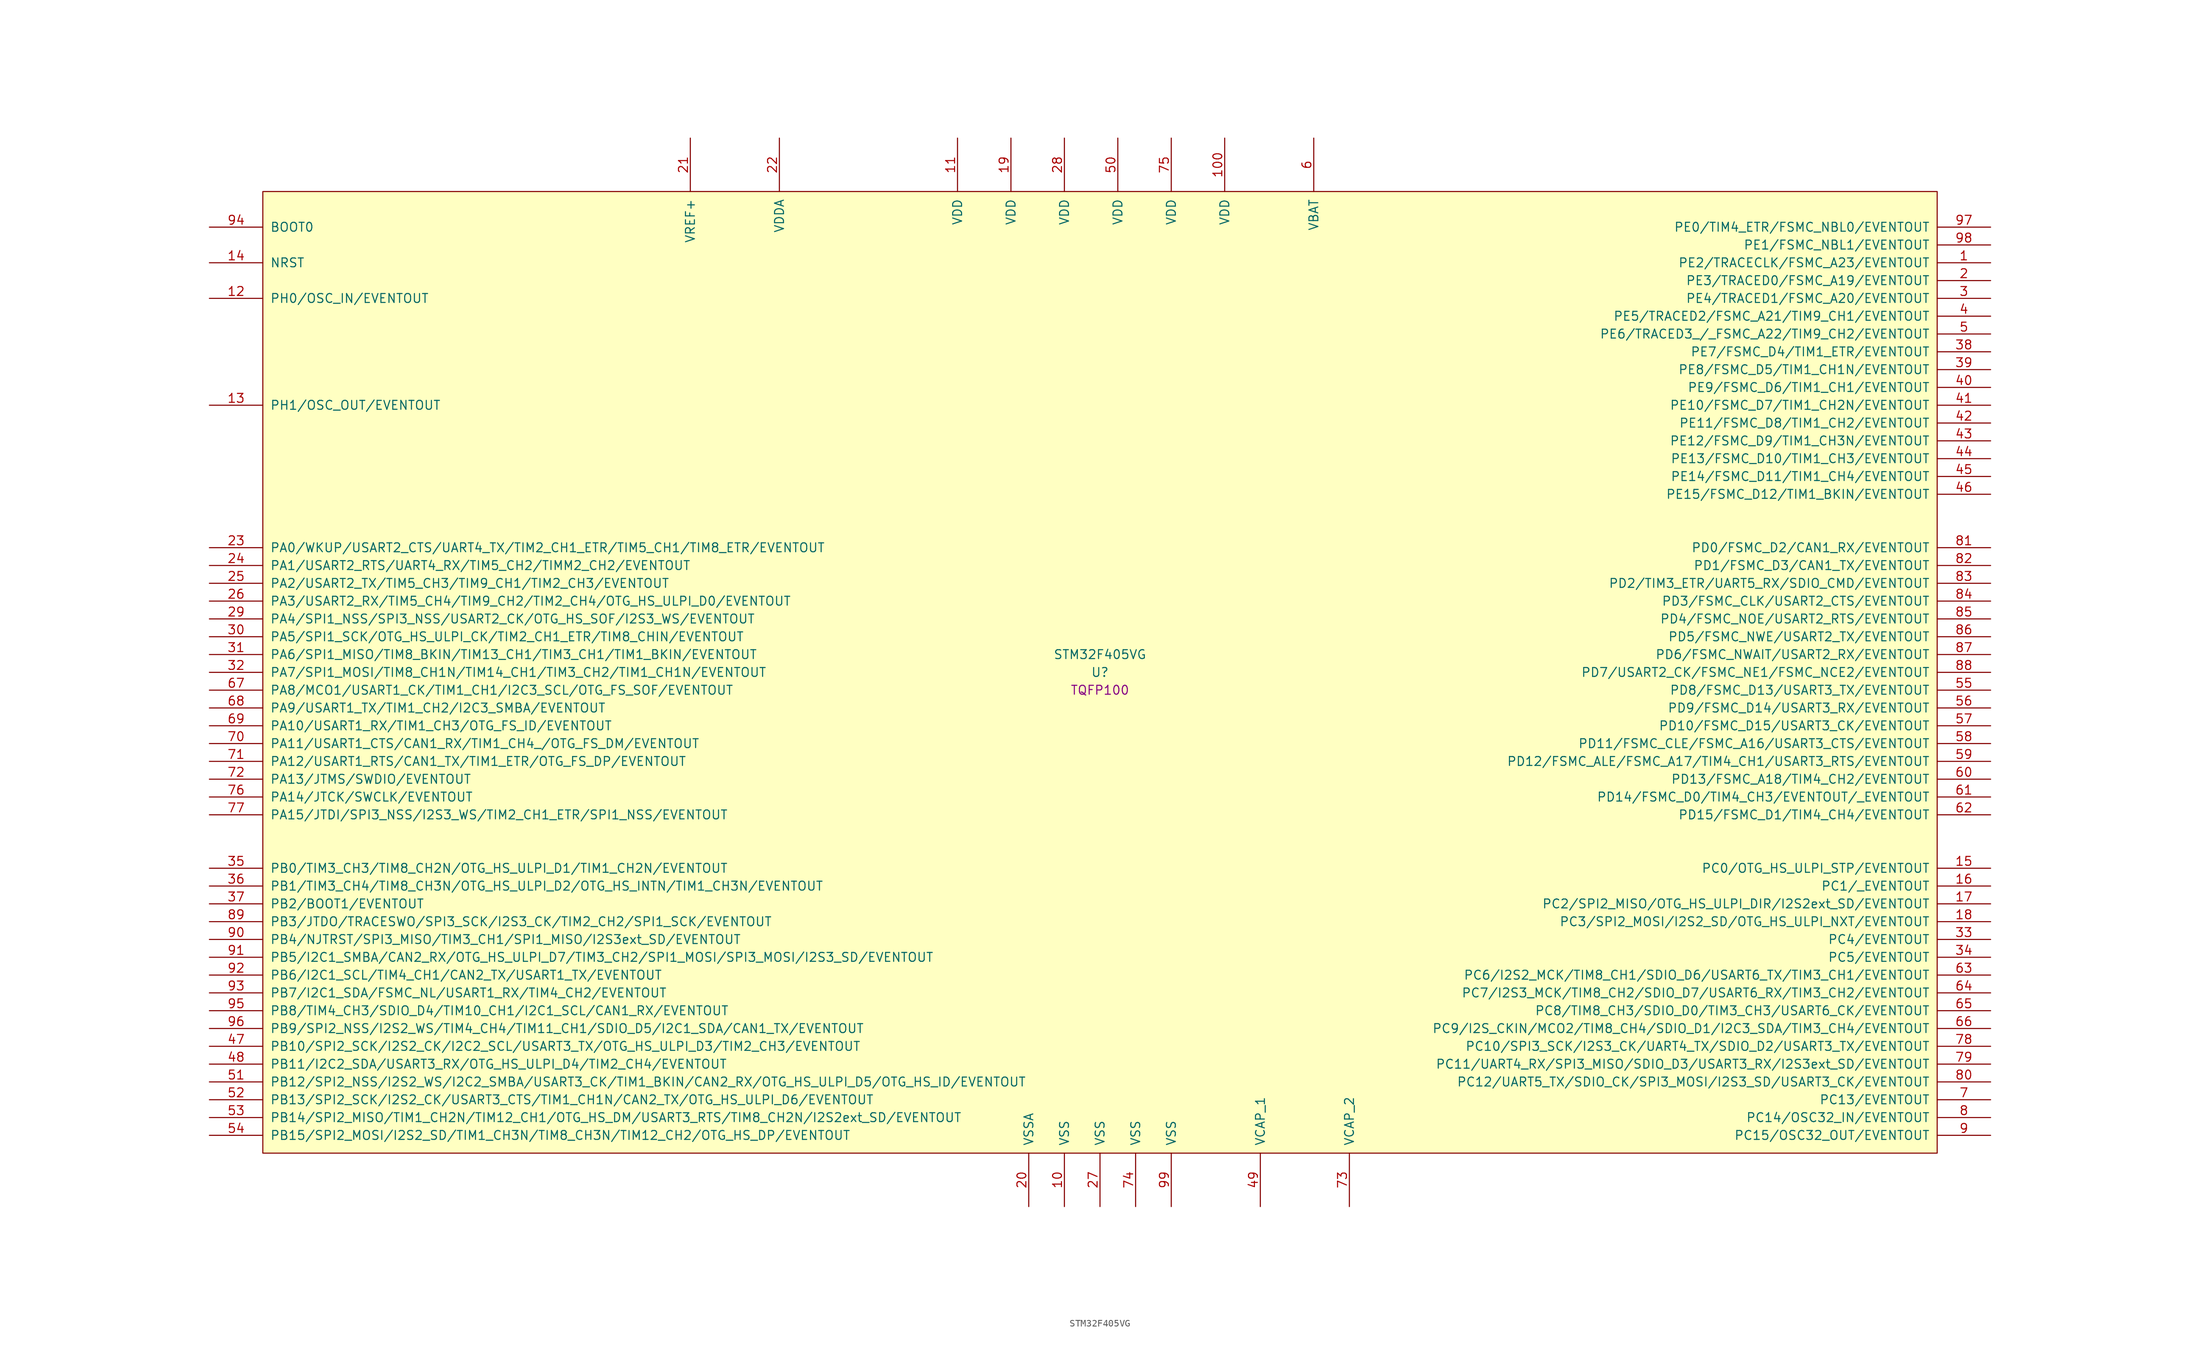
<source format=kicad_sym>
(kicad_symbol_lib
  (version 20220914)
  (generator kicad_symbol_editor)
  (symbol "STM32F405VG"
    (pin_names
      (offset 1.016))
    (property "Reference" "U"
      (at 0 0 0)
      (effects (font (size 1.27 1.27))))
    (property "Value" "STM32F405VG"
      (at 0 2.54 0)
      (effects (font (size 1.27 1.27))))
    (property "Footprint" "TQFP100"
      (at 0 -2.54 0)
      (effects (font (size 1.27 1.27))))
    (property "Datasheet" ""
      (at 0 0 0)
      (effects (font (size 1.27 1.27))))
    (symbol "STM32F405VG_0_1"
      (rectangle (start -119.38 -68.58) (end 119.38 68.58) (stroke (width 0) (type default)) (fill (type background))))
    (symbol "STM32F405VG_1_1"
      (pin input line (at 127 58.42 180) (length 7.62) (name "PE2/TRACECLK/FSMC_A23/EVENTOUT" (effects (font (size 1.27 1.27)))) (number "1" (effects (font (size 1.27 1.27)))))
      (pin input line (at -5.08 -76.2 90) (length 7.62) (name "VSS" (effects (font (size 1.27 1.27)))) (number "10" (effects (font (size 1.27 1.27)))))
      (pin input line (at 17.78 76.2 270) (length 7.62) (name "VDD" (effects (font (size 1.27 1.27)))) (number "100" (effects (font (size 1.27 1.27)))))
      (pin input line (at -20.32 76.2 270) (length 7.62) (name "VDD" (effects (font (size 1.27 1.27)))) (number "11" (effects (font (size 1.27 1.27)))))
      (pin input line (at -127 53.34 0) (length 7.62) (name "PH0/OSC_IN/EVENTOUT" (effects (font (size 1.27 1.27)))) (number "12" (effects (font (size 1.27 1.27)))))
      (pin input line (at -127 38.1 0) (length 7.62) (name "PH1/OSC_OUT/EVENTOUT" (effects (font (size 1.27 1.27)))) (number "13" (effects (font (size 1.27 1.27)))))
      (pin input line (at -127 58.42 0) (length 7.62) (name "NRST" (effects (font (size 1.27 1.27)))) (number "14" (effects (font (size 1.27 1.27)))))
      (pin input line (at 127 -27.94 180) (length 7.62) (name "PC0/OTG_HS_ULPI_STP/EVENTOUT" (effects (font (size 1.27 1.27)))) (number "15" (effects (font (size 1.27 1.27)))))
      (pin input line (at 127 -30.48 180) (length 7.62) (name "PC1/_EVENTOUT" (effects (font (size 1.27 1.27)))) (number "16" (effects (font (size 1.27 1.27)))))
      (pin input line (at 127 -33.02 180) (length 7.62) (name "PC2/SPI2_MISO/OTG_HS_ULPI_DIR/I2S2ext_SD/EVENTOUT" (effects (font (size 1.27 1.27)))) (number "17" (effects (font (size 1.27 1.27)))))
      (pin input line (at 127 -35.56 180) (length 7.62) (name "PC3/SPI2_MOSI/I2S2_SD/OTG_HS_ULPI_NXT/EVENTOUT" (effects (font (size 1.27 1.27)))) (number "18" (effects (font (size 1.27 1.27)))))
      (pin input line (at -12.7 76.2 270) (length 7.62) (name "VDD" (effects (font (size 1.27 1.27)))) (number "19" (effects (font (size 1.27 1.27)))))
      (pin input line (at 127 55.88 180) (length 7.62) (name "PE3/TRACED0/FSMC_A19/EVENTOUT" (effects (font (size 1.27 1.27)))) (number "2" (effects (font (size 1.27 1.27)))))
      (pin input line (at -10.16 -76.2 90) (length 7.62) (name "VSSA" (effects (font (size 1.27 1.27)))) (number "20" (effects (font (size 1.27 1.27)))))
      (pin input line (at -58.42 76.2 270) (length 7.62) (name "VREF+" (effects (font (size 1.27 1.27)))) (number "21" (effects (font (size 1.27 1.27)))))
      (pin input line (at -45.72 76.2 270) (length 7.62) (name "VDDA" (effects (font (size 1.27 1.27)))) (number "22" (effects (font (size 1.27 1.27)))))
      (pin input line (at -127 17.78 0) (length 7.62) (name "PA0/WKUP/USART2_CTS/UART4_TX/TIM2_CH1_ETR/TIM5_CH1/TIM8_ETR/EVENTOUT" (effects (font (size 1.27 1.27)))) (number "23" (effects (font (size 1.27 1.27)))))
      (pin input line (at -127 15.24 0) (length 7.62) (name "PA1/USART2_RTS/UART4_RX/TIM5_CH2/TIMM2_CH2/EVENTOUT" (effects (font (size 1.27 1.27)))) (number "24" (effects (font (size 1.27 1.27)))))
      (pin input line (at -127 12.7 0) (length 7.62) (name "PA2/USART2_TX/TIM5_CH3/TIM9_CH1/TIM2_CH3/EVENTOUT" (effects (font (size 1.27 1.27)))) (number "25" (effects (font (size 1.27 1.27)))))
      (pin input line (at -127 10.16 0) (length 7.62) (name "PA3/USART2_RX/TIM5_CH4/TIM9_CH2/TIM2_CH4/OTG_HS_ULPI_D0/EVENTOUT" (effects (font (size 1.27 1.27)))) (number "26" (effects (font (size 1.27 1.27)))))
      (pin input line (at 0 -76.2 90) (length 7.62) (name "VSS" (effects (font (size 1.27 1.27)))) (number "27" (effects (font (size 1.27 1.27)))))
      (pin input line (at -5.08 76.2 270) (length 7.62) (name "VDD" (effects (font (size 1.27 1.27)))) (number "28" (effects (font (size 1.27 1.27)))))
      (pin input line (at -127 7.62 0) (length 7.62) (name "PA4/SPI1_NSS/SPI3_NSS/USART2_CK/OTG_HS_SOF/I2S3_WS/EVENTOUT" (effects (font (size 1.27 1.27)))) (number "29" (effects (font (size 1.27 1.27)))))
      (pin input line (at 127 53.34 180) (length 7.62) (name "PE4/TRACED1/FSMC_A20/EVENTOUT" (effects (font (size 1.27 1.27)))) (number "3" (effects (font (size 1.27 1.27)))))
      (pin input line (at -127 5.08 0) (length 7.62) (name "PA5/SPI1_SCK/OTG_HS_ULPI_CK/TIM2_CH1_ETR/TIM8_CHIN/EVENTOUT" (effects (font (size 1.27 1.27)))) (number "30" (effects (font (size 1.27 1.27)))))
      (pin input line (at -127 2.54 0) (length 7.62) (name "PA6/SPI1_MISO/TIM8_BKIN/TIM13_CH1/TIM3_CH1/TIM1_BKIN/EVENTOUT" (effects (font (size 1.27 1.27)))) (number "31" (effects (font (size 1.27 1.27)))))
      (pin input line (at -127 0 0) (length 7.62) (name "PA7/SPI1_MOSI/TIM8_CH1N/TIM14_CH1/TIM3_CH2/TIM1_CH1N/EVENTOUT" (effects (font (size 1.27 1.27)))) (number "32" (effects (font (size 1.27 1.27)))))
      (pin input line (at 127 -38.1 180) (length 7.62) (name "PC4/EVENTOUT" (effects (font (size 1.27 1.27)))) (number "33" (effects (font (size 1.27 1.27)))))
      (pin input line (at 127 -40.64 180) (length 7.62) (name "PC5/EVENTOUT" (effects (font (size 1.27 1.27)))) (number "34" (effects (font (size 1.27 1.27)))))
      (pin input line (at -127 -27.94 0) (length 7.62) (name "PB0/TIM3_CH3/TIM8_CH2N/OTG_HS_ULPI_D1/TIM1_CH2N/EVENTOUT" (effects (font (size 1.27 1.27)))) (number "35" (effects (font (size 1.27 1.27)))))
      (pin input line (at -127 -30.48 0) (length 7.62) (name "PB1/TIM3_CH4/TIM8_CH3N/OTG_HS_ULPI_D2/OTG_HS_INTN/TIM1_CH3N/EVENTOUT" (effects (font (size 1.27 1.27)))) (number "36" (effects (font (size 1.27 1.27)))))
      (pin input line (at -127 -33.02 0) (length 7.62) (name "PB2/BOOT1/EVENTOUT" (effects (font (size 1.27 1.27)))) (number "37" (effects (font (size 1.27 1.27)))))
      (pin input line (at 127 45.72 180) (length 7.62) (name "PE7/FSMC_D4/TIM1_ETR/EVENTOUT" (effects (font (size 1.27 1.27)))) (number "38" (effects (font (size 1.27 1.27)))))
      (pin input line (at 127 43.18 180) (length 7.62) (name "PE8/FSMC_D5/TIM1_CH1N/EVENTOUT" (effects (font (size 1.27 1.27)))) (number "39" (effects (font (size 1.27 1.27)))))
      (pin input line (at 127 50.8 180) (length 7.62) (name "PE5/TRACED2/FSMC_A21/TIM9_CH1/EVENTOUT" (effects (font (size 1.27 1.27)))) (number "4" (effects (font (size 1.27 1.27)))))
      (pin input line (at 127 40.64 180) (length 7.62) (name "PE9/FSMC_D6/TIM1_CH1/EVENTOUT" (effects (font (size 1.27 1.27)))) (number "40" (effects (font (size 1.27 1.27)))))
      (pin input line (at 127 38.1 180) (length 7.62) (name "PE10/FSMC_D7/TIM1_CH2N/EVENTOUT" (effects (font (size 1.27 1.27)))) (number "41" (effects (font (size 1.27 1.27)))))
      (pin input line (at 127 35.56 180) (length 7.62) (name "PE11/FSMC_D8/TIM1_CH2/EVENTOUT" (effects (font (size 1.27 1.27)))) (number "42" (effects (font (size 1.27 1.27)))))
      (pin input line (at 127 33.02 180) (length 7.62) (name "PE12/FSMC_D9/TIM1_CH3N/EVENTOUT" (effects (font (size 1.27 1.27)))) (number "43" (effects (font (size 1.27 1.27)))))
      (pin input line (at 127 30.48 180) (length 7.62) (name "PE13/FSMC_D10/TIM1_CH3/EVENTOUT" (effects (font (size 1.27 1.27)))) (number "44" (effects (font (size 1.27 1.27)))))
      (pin input line (at 127 27.94 180) (length 7.62) (name "PE14/FSMC_D11/TIM1_CH4/EVENTOUT" (effects (font (size 1.27 1.27)))) (number "45" (effects (font (size 1.27 1.27)))))
      (pin input line (at 127 25.4 180) (length 7.62) (name "PE15/FSMC_D12/TIM1_BKIN/EVENTOUT" (effects (font (size 1.27 1.27)))) (number "46" (effects (font (size 1.27 1.27)))))
      (pin input line (at -127 -53.34 0) (length 7.62) (name "PB10/SPI2_SCK/I2S2_CK/I2C2_SCL/USART3_TX/OTG_HS_ULPI_D3/TIM2_CH3/EVENTOUT" (effects (font (size 1.27 1.27)))) (number "47" (effects (font (size 1.27 1.27)))))
      (pin input line (at -127 -55.88 0) (length 7.62) (name "PB11/I2C2_SDA/USART3_RX/OTG_HS_ULPI_D4/TIM2_CH4/EVENTOUT" (effects (font (size 1.27 1.27)))) (number "48" (effects (font (size 1.27 1.27)))))
      (pin input line (at 22.86 -76.2 90) (length 7.62) (name "VCAP_1" (effects (font (size 1.27 1.27)))) (number "49" (effects (font (size 1.27 1.27)))))
      (pin input line (at 127 48.26 180) (length 7.62) (name "PE6/TRACED3_/_FSMC_A22/TIM9_CH2/EVENTOUT" (effects (font (size 1.27 1.27)))) (number "5" (effects (font (size 1.27 1.27)))))
      (pin input line (at 2.54 76.2 270) (length 7.62) (name "VDD" (effects (font (size 1.27 1.27)))) (number "50" (effects (font (size 1.27 1.27)))))
      (pin input line (at -127 -58.42 0) (length 7.62) (name "PB12/SPI2_NSS/I2S2_WS/I2C2_SMBA/USART3_CK/TIM1_BKIN/CAN2_RX/OTG_HS_ULPI_D5/OTG_HS_ID/EVENTOUT" (effects (font (size 1.27 1.27)))) (number "51" (effects (font (size 1.27 1.27)))))
      (pin input line (at -127 -60.96 0) (length 7.62) (name "PB13/SPI2_SCK/I2S2_CK/USART3_CTS/TIM1_CH1N/CAN2_TX/OTG_HS_ULPI_D6/EVENTOUT" (effects (font (size 1.27 1.27)))) (number "52" (effects (font (size 1.27 1.27)))))
      (pin input line (at -127 -63.5 0) (length 7.62) (name "PB14/SPI2_MISO/TIM1_CH2N/TIM12_CH1/OTG_HS_DM/USART3_RTS/TIM8_CH2N/I2S2ext_SD/EVENTOUT" (effects (font (size 1.27 1.27)))) (number "53" (effects (font (size 1.27 1.27)))))
      (pin input line (at -127 -66.04 0) (length 7.62) (name "PB15/SPI2_MOSI/I2S2_SD/TIM1_CH3N/TIM8_CH3N/TIM12_CH2/OTG_HS_DP/EVENTOUT" (effects (font (size 1.27 1.27)))) (number "54" (effects (font (size 1.27 1.27)))))
      (pin input line (at 127 -2.54 180) (length 7.62) (name "PD8/FSMC_D13/USART3_TX/EVENTOUT" (effects (font (size 1.27 1.27)))) (number "55" (effects (font (size 1.27 1.27)))))
      (pin input line (at 127 -5.08 180) (length 7.62) (name "PD9/FSMC_D14/USART3_RX/EVENTOUT" (effects (font (size 1.27 1.27)))) (number "56" (effects (font (size 1.27 1.27)))))
      (pin input line (at 127 -7.62 180) (length 7.62) (name "PD10/FSMC_D15/USART3_CK/EVENTOUT" (effects (font (size 1.27 1.27)))) (number "57" (effects (font (size 1.27 1.27)))))
      (pin input line (at 127 -10.16 180) (length 7.62) (name "PD11/FSMC_CLE/FSMC_A16/USART3_CTS/EVENTOUT" (effects (font (size 1.27 1.27)))) (number "58" (effects (font (size 1.27 1.27)))))
      (pin input line (at 127 -12.7 180) (length 7.62) (name "PD12/FSMC_ALE/FSMC_A17/TIM4_CH1/USART3_RTS/EVENTOUT" (effects (font (size 1.27 1.27)))) (number "59" (effects (font (size 1.27 1.27)))))
      (pin input line (at 30.48 76.2 270) (length 7.62) (name "VBAT" (effects (font (size 1.27 1.27)))) (number "6" (effects (font (size 1.27 1.27)))))
      (pin input line (at 127 -15.24 180) (length 7.62) (name "PD13/FSMC_A18/TIM4_CH2/EVENTOUT" (effects (font (size 1.27 1.27)))) (number "60" (effects (font (size 1.27 1.27)))))
      (pin input line (at 127 -17.78 180) (length 7.62) (name "PD14/FSMC_D0/TIM4_CH3/EVENTOUT/_EVENTOUT" (effects (font (size 1.27 1.27)))) (number "61" (effects (font (size 1.27 1.27)))))
      (pin input line (at 127 -20.32 180) (length 7.62) (name "PD15/FSMC_D1/TIM4_CH4/EVENTOUT" (effects (font (size 1.27 1.27)))) (number "62" (effects (font (size 1.27 1.27)))))
      (pin input line (at 127 -43.18 180) (length 7.62) (name "PC6/I2S2_MCK/TIM8_CH1/SDIO_D6/USART6_TX/TIM3_CH1/EVENTOUT" (effects (font (size 1.27 1.27)))) (number "63" (effects (font (size 1.27 1.27)))))
      (pin input line (at 127 -45.72 180) (length 7.62) (name "PC7/I2S3_MCK/TIM8_CH2/SDIO_D7/USART6_RX/TIM3_CH2/EVENTOUT" (effects (font (size 1.27 1.27)))) (number "64" (effects (font (size 1.27 1.27)))))
      (pin input line (at 127 -48.26 180) (length 7.62) (name "PC8/TIM8_CH3/SDIO_D0/TIM3_CH3/USART6_CK/EVENTOUT" (effects (font (size 1.27 1.27)))) (number "65" (effects (font (size 1.27 1.27)))))
      (pin input line (at 127 -50.8 180) (length 7.62) (name "PC9/I2S_CKIN/MCO2/TIM8_CH4/SDIO_D1/I2C3_SDA/TIM3_CH4/EVENTOUT" (effects (font (size 1.27 1.27)))) (number "66" (effects (font (size 1.27 1.27)))))
      (pin input line (at -127 -2.54 0) (length 7.62) (name "PA8/MCO1/USART1_CK/TIM1_CH1/I2C3_SCL/OTG_FS_SOF/EVENTOUT" (effects (font (size 1.27 1.27)))) (number "67" (effects (font (size 1.27 1.27)))))
      (pin input line (at -127 -5.08 0) (length 7.62) (name "PA9/USART1_TX/TIM1_CH2/I2C3_SMBA/EVENTOUT" (effects (font (size 1.27 1.27)))) (number "68" (effects (font (size 1.27 1.27)))))
      (pin input line (at -127 -7.62 0) (length 7.62) (name "PA10/USART1_RX/TIM1_CH3/OTG_FS_ID/EVENTOUT" (effects (font (size 1.27 1.27)))) (number "69" (effects (font (size 1.27 1.27)))))
      (pin input line (at 127 -60.96 180) (length 7.62) (name "PC13/EVENTOUT" (effects (font (size 1.27 1.27)))) (number "7" (effects (font (size 1.27 1.27)))))
      (pin input line (at -127 -10.16 0) (length 7.62) (name "PA11/USART1_CTS/CAN1_RX/TIM1_CH4_/OTG_FS_DM/EVENTOUT" (effects (font (size 1.27 1.27)))) (number "70" (effects (font (size 1.27 1.27)))))
      (pin input line (at -127 -12.7 0) (length 7.62) (name "PA12/USART1_RTS/CAN1_TX/TIM1_ETR/OTG_FS_DP/EVENTOUT" (effects (font (size 1.27 1.27)))) (number "71" (effects (font (size 1.27 1.27)))))
      (pin input line (at -127 -15.24 0) (length 7.62) (name "PA13/JTMS/SWDIO/EVENTOUT" (effects (font (size 1.27 1.27)))) (number "72" (effects (font (size 1.27 1.27)))))
      (pin input line (at 35.56 -76.2 90) (length 7.62) (name "VCAP_2" (effects (font (size 1.27 1.27)))) (number "73" (effects (font (size 1.27 1.27)))))
      (pin input line (at 5.08 -76.2 90) (length 7.62) (name "VSS" (effects (font (size 1.27 1.27)))) (number "74" (effects (font (size 1.27 1.27)))))
      (pin input line (at 10.16 76.2 270) (length 7.62) (name "VDD" (effects (font (size 1.27 1.27)))) (number "75" (effects (font (size 1.27 1.27)))))
      (pin input line (at -127 -17.78 0) (length 7.62) (name "PA14/JTCK/SWCLK/EVENTOUT" (effects (font (size 1.27 1.27)))) (number "76" (effects (font (size 1.27 1.27)))))
      (pin input line (at -127 -20.32 0) (length 7.62) (name "PA15/JTDI/SPI3_NSS/I2S3_WS/TIM2_CH1_ETR/SPI1_NSS/EVENTOUT" (effects (font (size 1.27 1.27)))) (number "77" (effects (font (size 1.27 1.27)))))
      (pin input line (at 127 -53.34 180) (length 7.62) (name "PC10/SPI3_SCK/I2S3_CK/UART4_TX/SDIO_D2/USART3_TX/EVENTOUT" (effects (font (size 1.27 1.27)))) (number "78" (effects (font (size 1.27 1.27)))))
      (pin input line (at 127 -55.88 180) (length 7.62) (name "PC11/UART4_RX/SPI3_MISO/SDIO_D3/USART3_RX/I2S3ext_SD/EVENTOUT" (effects (font (size 1.27 1.27)))) (number "79" (effects (font (size 1.27 1.27)))))
      (pin input line (at 127 -63.5 180) (length 7.62) (name "PC14/OSC32_IN/EVENTOUT" (effects (font (size 1.27 1.27)))) (number "8" (effects (font (size 1.27 1.27)))))
      (pin input line (at 127 -58.42 180) (length 7.62) (name "PC12/UART5_TX/SDIO_CK/SPI3_MOSI/I2S3_SD/USART3_CK/EVENTOUT" (effects (font (size 1.27 1.27)))) (number "80" (effects (font (size 1.27 1.27)))))
      (pin input line (at 127 17.78 180) (length 7.62) (name "PD0/FSMC_D2/CAN1_RX/EVENTOUT" (effects (font (size 1.27 1.27)))) (number "81" (effects (font (size 1.27 1.27)))))
      (pin input line (at 127 15.24 180) (length 7.62) (name "PD1/FSMC_D3/CAN1_TX/EVENTOUT" (effects (font (size 1.27 1.27)))) (number "82" (effects (font (size 1.27 1.27)))))
      (pin input line (at 127 12.7 180) (length 7.62) (name "PD2/TIM3_ETR/UART5_RX/SDIO_CMD/EVENTOUT" (effects (font (size 1.27 1.27)))) (number "83" (effects (font (size 1.27 1.27)))))
      (pin input line (at 127 10.16 180) (length 7.62) (name "PD3/FSMC_CLK/USART2_CTS/EVENTOUT" (effects (font (size 1.27 1.27)))) (number "84" (effects (font (size 1.27 1.27)))))
      (pin input line (at 127 7.62 180) (length 7.62) (name "PD4/FSMC_NOE/USART2_RTS/EVENTOUT" (effects (font (size 1.27 1.27)))) (number "85" (effects (font (size 1.27 1.27)))))
      (pin input line (at 127 5.08 180) (length 7.62) (name "PD5/FSMC_NWE/USART2_TX/EVENTOUT" (effects (font (size 1.27 1.27)))) (number "86" (effects (font (size 1.27 1.27)))))
      (pin input line (at 127 2.54 180) (length 7.62) (name "PD6/FSMC_NWAIT/USART2_RX/EVENTOUT" (effects (font (size 1.27 1.27)))) (number "87" (effects (font (size 1.27 1.27)))))
      (pin input line (at 127 0 180) (length 7.62) (name "PD7/USART2_CK/FSMC_NE1/FSMC_NCE2/EVENTOUT" (effects (font (size 1.27 1.27)))) (number "88" (effects (font (size 1.27 1.27)))))
      (pin input line (at -127 -35.56 0) (length 7.62) (name "PB3/JTDO/TRACESWO/SPI3_SCK/I2S3_CK/TIM2_CH2/SPI1_SCK/EVENTOUT" (effects (font (size 1.27 1.27)))) (number "89" (effects (font (size 1.27 1.27)))))
      (pin input line (at 127 -66.04 180) (length 7.62) (name "PC15/OSC32_OUT/EVENTOUT" (effects (font (size 1.27 1.27)))) (number "9" (effects (font (size 1.27 1.27)))))
      (pin input line (at -127 -38.1 0) (length 7.62) (name "PB4/NJTRST/SPI3_MISO/TIM3_CH1/SPI1_MISO/I2S3ext_SD/EVENTOUT" (effects (font (size 1.27 1.27)))) (number "90" (effects (font (size 1.27 1.27)))))
      (pin input line (at -127 -40.64 0) (length 7.62) (name "PB5/I2C1_SMBA/CAN2_RX/OTG_HS_ULPI_D7/TIM3_CH2/SPI1_MOSI/SPI3_MOSI/I2S3_SD/EVENTOUT" (effects (font (size 1.27 1.27)))) (number "91" (effects (font (size 1.27 1.27)))))
      (pin input line (at -127 -43.18 0) (length 7.62) (name "PB6/I2C1_SCL/TIM4_CH1/CAN2_TX/USART1_TX/EVENTOUT" (effects (font (size 1.27 1.27)))) (number "92" (effects (font (size 1.27 1.27)))))
      (pin input line (at -127 -45.72 0) (length 7.62) (name "PB7/I2C1_SDA/FSMC_NL/USART1_RX/TIM4_CH2/EVENTOUT" (effects (font (size 1.27 1.27)))) (number "93" (effects (font (size 1.27 1.27)))))
      (pin input line (at -127 63.5 0) (length 7.62) (name "BOOT0" (effects (font (size 1.27 1.27)))) (number "94" (effects (font (size 1.27 1.27)))))
      (pin input line (at -127 -48.26 0) (length 7.62) (name "PB8/TIM4_CH3/SDIO_D4/TIM10_CH1/I2C1_SCL/CAN1_RX/EVENTOUT" (effects (font (size 1.27 1.27)))) (number "95" (effects (font (size 1.27 1.27)))))
      (pin input line (at -127 -50.8 0) (length 7.62) (name "PB9/SPI2_NSS/I2S2_WS/TIM4_CH4/TIM11_CH1/SDIO_D5/I2C1_SDA/CAN1_TX/EVENTOUT" (effects (font (size 1.27 1.27)))) (number "96" (effects (font (size 1.27 1.27)))))
      (pin input line (at 127 63.5 180) (length 7.62) (name "PE0/TIM4_ETR/FSMC_NBL0/EVENTOUT" (effects (font (size 1.27 1.27)))) (number "97" (effects (font (size 1.27 1.27)))))
      (pin input line (at 127 60.96 180) (length 7.62) (name "PE1/FSMC_NBL1/EVENTOUT" (effects (font (size 1.27 1.27)))) (number "98" (effects (font (size 1.27 1.27)))))
      (pin input line (at 10.16 -76.2 90) (length 7.62) (name "VSS" (effects (font (size 1.27 1.27)))) (number "99" (effects (font (size 1.27 1.27))))))))
</source>
